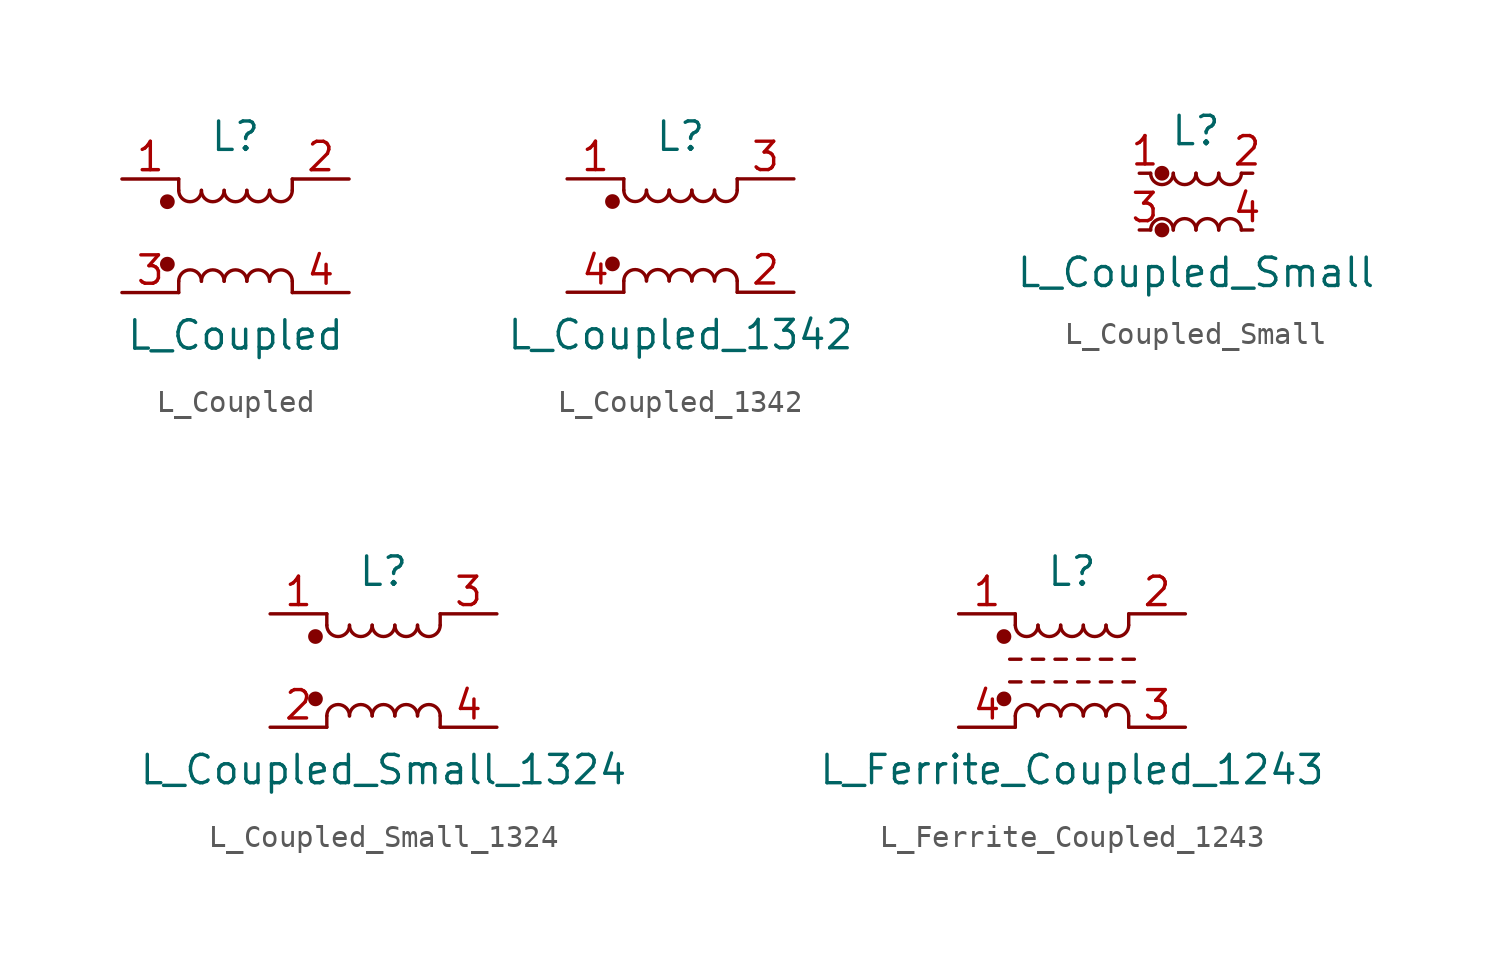
<source format=kicad_sym>
(kicad_symbol_lib
  (version 20211014)
  (generator kicad_symbol_editor)
  (symbol "L_Coupled"
    (pin_names
      (offset 0.254) hide)
    (property "Reference" "L"
      (at 0 4.445 0)
      (effects (font (size 1.27 1.27))))
    (property "Value" "L_Coupled"
      (at 0 -4.445 0)
      (effects (font (size 1.27 1.27))))
    (symbol "L_Coupled_0_1"
      (circle (center -3.048 -1.27) (radius 0.254) (stroke (width 0) (type default) (color 0 0 0 0)) (fill (type outline)))
      (circle (center -3.048 1.524) (radius 0.254) (stroke (width 0) (type default) (color 0 0 0 0)) (fill (type outline)))
      (arc (start -2.54 2.032) (mid -2.032 1.524) (end -1.524 2.032) (stroke (width 0) (type default) (color 0 0 0 0)) (fill (type none)))
      (arc (start -1.524 -2.032) (mid -2.032 -1.524) (end -2.54 -2.032) (stroke (width 0) (type default) (color 0 0 0 0)) (fill (type none)))
      (arc (start -1.524 2.032) (mid -1.016 1.524) (end -0.508 2.032) (stroke (width 0) (type default) (color 0 0 0 0)) (fill (type none)))
      (arc (start -0.508 -2.032) (mid -1.016 -1.524) (end -1.524 -2.032) (stroke (width 0) (type default) (color 0 0 0 0)) (fill (type none)))
      (arc (start -0.508 2.032) (mid 0 1.524) (end 0.508 2.032) (stroke (width 0) (type default) (color 0 0 0 0)) (fill (type none)))
      (polyline (pts (xy -2.54 -2.032) (xy -2.54 -2.54)) (stroke (width 0) (type default) (color 0 0 0 0)) (fill (type none)))
      (polyline (pts (xy -2.54 2.032) (xy -2.54 2.54)) (stroke (width 0) (type default) (color 0 0 0 0)) (fill (type none)))
      (polyline (pts (xy 2.54 -2.032) (xy 2.54 -2.54)) (stroke (width 0) (type default) (color 0 0 0 0)) (fill (type none)))
      (polyline (pts (xy 2.54 2.54) (xy 2.54 2.032)) (stroke (width 0) (type default) (color 0 0 0 0)) (fill (type none)))
      (arc (start 0.508 -2.032) (mid 0 -1.524) (end -0.508 -2.032) (stroke (width 0) (type default) (color 0 0 0 0)) (fill (type none)))
      (arc (start 0.508 2.032) (mid 1.016 1.524) (end 1.524 2.032) (stroke (width 0) (type default) (color 0 0 0 0)) (fill (type none)))
      (arc (start 1.524 -2.032) (mid 1.016 -1.524) (end 0.508 -2.032) (stroke (width 0) (type default) (color 0 0 0 0)) (fill (type none)))
      (arc (start 1.524 2.032) (mid 2.032 1.524) (end 2.54 2.032) (stroke (width 0) (type default) (color 0 0 0 0)) (fill (type none)))
      (arc (start 2.54 -2.032) (mid 2.032 -1.524) (end 1.524 -2.032) (stroke (width 0) (type default) (color 0 0 0 0)) (fill (type none))))
    (symbol "L_Coupled_1_1"
      (pin passive line (at -5.08 2.54 0) (length 2.54) (name "1" (effects (font (size 1.27 1.27)))) (number "1" (effects (font (size 1.27 1.27)))))
      (pin passive line (at 5.08 2.54 180) (length 2.54) (name "2" (effects (font (size 1.27 1.27)))) (number "2" (effects (font (size 1.27 1.27)))))
      (pin passive line (at -5.08 -2.54 0) (length 2.54) (name "3" (effects (font (size 1.27 1.27)))) (number "3" (effects (font (size 1.27 1.27)))))
      (pin passive line (at 5.08 -2.54 180) (length 2.54) (name "4" (effects (font (size 1.27 1.27)))) (number "4" (effects (font (size 1.27 1.27)))))))
  (symbol "L_Coupled_1342"
    (pin_names
      (offset 0.254) hide)
    (property "Reference" "L"
      (at 0 4.445 0)
      (effects (font (size 1.27 1.27))))
    (property "Value" "L_Coupled_1342"
      (at 0 -4.445 0)
      (effects (font (size 1.27 1.27))))
    (symbol "L_Coupled_1342_0_1"
      (circle (center -3.048 -1.27) (radius 0.254) (stroke (width 0) (type default) (color 0 0 0 0)) (fill (type outline)))
      (circle (center -3.048 1.524) (radius 0.254) (stroke (width 0) (type default) (color 0 0 0 0)) (fill (type outline)))
      (arc (start -2.54 2.032) (mid -2.032 1.524) (end -1.524 2.032) (stroke (width 0) (type default) (color 0 0 0 0)) (fill (type none)))
      (arc (start -1.524 -2.032) (mid -2.032 -1.524) (end -2.54 -2.032) (stroke (width 0) (type default) (color 0 0 0 0)) (fill (type none)))
      (arc (start -1.524 2.032) (mid -1.016 1.524) (end -0.508 2.032) (stroke (width 0) (type default) (color 0 0 0 0)) (fill (type none)))
      (arc (start -0.508 -2.032) (mid -1.016 -1.524) (end -1.524 -2.032) (stroke (width 0) (type default) (color 0 0 0 0)) (fill (type none)))
      (arc (start -0.508 2.032) (mid 0 1.524) (end 0.508 2.032) (stroke (width 0) (type default) (color 0 0 0 0)) (fill (type none)))
      (polyline (pts (xy -2.54 -2.032) (xy -2.54 -2.54)) (stroke (width 0) (type default) (color 0 0 0 0)) (fill (type none)))
      (polyline (pts (xy -2.54 2.032) (xy -2.54 2.54)) (stroke (width 0) (type default) (color 0 0 0 0)) (fill (type none)))
      (polyline (pts (xy 2.54 -2.032) (xy 2.54 -2.54)) (stroke (width 0) (type default) (color 0 0 0 0)) (fill (type none)))
      (polyline (pts (xy 2.54 2.54) (xy 2.54 2.032)) (stroke (width 0) (type default) (color 0 0 0 0)) (fill (type none)))
      (arc (start 0.508 -2.032) (mid 0 -1.524) (end -0.508 -2.032) (stroke (width 0) (type default) (color 0 0 0 0)) (fill (type none)))
      (arc (start 0.508 2.032) (mid 1.016 1.524) (end 1.524 2.032) (stroke (width 0) (type default) (color 0 0 0 0)) (fill (type none)))
      (arc (start 1.524 -2.032) (mid 1.016 -1.524) (end 0.508 -2.032) (stroke (width 0) (type default) (color 0 0 0 0)) (fill (type none)))
      (arc (start 1.524 2.032) (mid 2.032 1.524) (end 2.54 2.032) (stroke (width 0) (type default) (color 0 0 0 0)) (fill (type none)))
      (arc (start 2.54 -2.032) (mid 2.032 -1.524) (end 1.524 -2.032) (stroke (width 0) (type default) (color 0 0 0 0)) (fill (type none))))
    (symbol "L_Coupled_1342_1_1"
      (pin passive line (at -5.08 2.54 0) (length 2.54) (name "1" (effects (font (size 1.27 1.27)))) (number "1" (effects (font (size 1.27 1.27)))))
      (pin passive line (at 5.08 -2.54 180) (length 2.54) (name "2" (effects (font (size 1.27 1.27)))) (number "2" (effects (font (size 1.27 1.27)))))
      (pin passive line (at 5.08 2.54 180) (length 2.54) (name "3" (effects (font (size 1.27 1.27)))) (number "3" (effects (font (size 1.27 1.27)))))
      (pin passive line (at -5.08 -2.54 0) (length 2.54) (name "4" (effects (font (size 1.27 1.27)))) (number "4" (effects (font (size 1.27 1.27)))))))
  (symbol "L_Coupled_Small"
    (pin_names
      (offset 0.254) hide)
    (property "Reference" "L"
      (at 0 3.175 0)
      (effects (font (size 1.27 1.27))))
    (property "Value" "L_Coupled_Small"
      (at 0 -3.175 0)
      (effects (font (size 1.27 1.27))))
    (symbol "L_Coupled_Small_0_1"
      (arc (start -2.032 1.27) (mid -1.524 0.762) (end -1.016 1.27) (stroke (width 0) (type default) (color 0 0 0 0)) (fill (type none)))
      (circle (center -1.524 -1.27) (radius 0.254) (stroke (width 0) (type default) (color 0 0 0 0)) (fill (type outline)))
      (circle (center -1.524 1.27) (radius 0.254) (stroke (width 0) (type default) (color 0 0 0 0)) (fill (type outline)))
      (arc (start -1.016 -1.27) (mid -1.524 -0.762) (end -2.032 -1.27) (stroke (width 0) (type default) (color 0 0 0 0)) (fill (type none)))
      (arc (start -1.016 1.27) (mid -0.508 0.762) (end 0 1.27) (stroke (width 0) (type default) (color 0 0 0 0)) (fill (type none)))
      (arc (start 0 -1.27) (mid -0.508 -0.762) (end -1.016 -1.27) (stroke (width 0) (type default) (color 0 0 0 0)) (fill (type none)))
      (arc (start 0 1.27) (mid 0.508 0.762) (end 1.016 1.27) (stroke (width 0) (type default) (color 0 0 0 0)) (fill (type none)))
      (arc (start 1.016 -1.27) (mid 0.508 -0.762) (end 0 -1.27) (stroke (width 0) (type default) (color 0 0 0 0)) (fill (type none)))
      (arc (start 1.016 1.27) (mid 1.524 0.762) (end 2.032 1.27) (stroke (width 0) (type default) (color 0 0 0 0)) (fill (type none)))
      (arc (start 2.032 -1.27) (mid 1.524 -0.762) (end 1.016 -1.27) (stroke (width 0) (type default) (color 0 0 0 0)) (fill (type none))))
    (symbol "L_Coupled_Small_1_1"
      (pin passive line (at -2.54 1.27 0) (length 0.508) (name "1" (effects (font (size 1.27 1.27)))) (number "1" (effects (font (size 1.27 1.27)))))
      (pin passive line (at 2.54 1.27 180) (length 0.508) (name "2" (effects (font (size 1.27 1.27)))) (number "2" (effects (font (size 1.27 1.27)))))
      (pin passive line (at -2.54 -1.27 0) (length 0.508) (name "3" (effects (font (size 1.27 1.27)))) (number "3" (effects (font (size 1.27 1.27)))))
      (pin passive line (at 2.54 -1.27 180) (length 0.508) (name "4" (effects (font (size 1.27 1.27)))) (number "4" (effects (font (size 1.27 1.27)))))))
  (symbol "L_Coupled_Small_1324"
    (pin_names
      (offset 0.254) hide)
    (property "Reference" "L"
      (at 0 4.445 0)
      (effects (font (size 1.27 1.27))))
    (property "Value" "L_Coupled_Small_1324"
      (at 0 -4.445 0)
      (effects (font (size 1.27 1.27))))
    (symbol "L_Coupled_Small_1324_0_1"
      (circle (center -3.048 -1.27) (radius 0.254) (stroke (width 0) (type default) (color 0 0 0 0)) (fill (type outline)))
      (circle (center -3.048 1.524) (radius 0.254) (stroke (width 0) (type default) (color 0 0 0 0)) (fill (type outline)))
      (arc (start -2.54 2.032) (mid -2.032 1.524) (end -1.524 2.032) (stroke (width 0) (type default) (color 0 0 0 0)) (fill (type none)))
      (arc (start -1.524 -2.032) (mid -2.032 -1.524) (end -2.54 -2.032) (stroke (width 0) (type default) (color 0 0 0 0)) (fill (type none)))
      (arc (start -1.524 2.032) (mid -1.016 1.524) (end -0.508 2.032) (stroke (width 0) (type default) (color 0 0 0 0)) (fill (type none)))
      (arc (start -0.508 -2.032) (mid -1.016 -1.524) (end -1.524 -2.032) (stroke (width 0) (type default) (color 0 0 0 0)) (fill (type none)))
      (arc (start -0.508 2.032) (mid 0 1.524) (end 0.508 2.032) (stroke (width 0) (type default) (color 0 0 0 0)) (fill (type none)))
      (polyline (pts (xy -2.54 -2.032) (xy -2.54 -2.54)) (stroke (width 0) (type default) (color 0 0 0 0)) (fill (type none)))
      (polyline (pts (xy -2.54 2.032) (xy -2.54 2.54)) (stroke (width 0) (type default) (color 0 0 0 0)) (fill (type none)))
      (polyline (pts (xy 2.54 -2.032) (xy 2.54 -2.54)) (stroke (width 0) (type default) (color 0 0 0 0)) (fill (type none)))
      (polyline (pts (xy 2.54 2.54) (xy 2.54 2.032)) (stroke (width 0) (type default) (color 0 0 0 0)) (fill (type none)))
      (arc (start 0.508 -2.032) (mid 0 -1.524) (end -0.508 -2.032) (stroke (width 0) (type default) (color 0 0 0 0)) (fill (type none)))
      (arc (start 0.508 2.032) (mid 1.016 1.524) (end 1.524 2.032) (stroke (width 0) (type default) (color 0 0 0 0)) (fill (type none)))
      (arc (start 1.524 -2.032) (mid 1.016 -1.524) (end 0.508 -2.032) (stroke (width 0) (type default) (color 0 0 0 0)) (fill (type none)))
      (arc (start 1.524 2.032) (mid 2.032 1.524) (end 2.54 2.032) (stroke (width 0) (type default) (color 0 0 0 0)) (fill (type none)))
      (arc (start 2.54 -2.032) (mid 2.032 -1.524) (end 1.524 -2.032) (stroke (width 0) (type default) (color 0 0 0 0)) (fill (type none))))
    (symbol "L_Coupled_Small_1324_1_1"
      (pin passive line (at -5.08 2.54 0) (length 2.54) (name "1" (effects (font (size 1.27 1.27)))) (number "1" (effects (font (size 1.27 1.27)))))
      (pin passive line (at -5.08 -2.54 0) (length 2.54) (name "2" (effects (font (size 1.27 1.27)))) (number "2" (effects (font (size 1.27 1.27)))))
      (pin passive line (at 5.08 2.54 180) (length 2.54) (name "3" (effects (font (size 1.27 1.27)))) (number "3" (effects (font (size 1.27 1.27)))))
      (pin passive line (at 5.08 -2.54 180) (length 2.54) (name "4" (effects (font (size 1.27 1.27)))) (number "4" (effects (font (size 1.27 1.27)))))))
  (symbol "L_Ferrite_Coupled_1243"
    (pin_names
      (offset 0.254) hide)
    (property "Reference" "L"
      (at 0 4.445 0)
      (effects (font (size 1.27 1.27))))
    (property "Value" "L_Ferrite_Coupled_1243"
      (at 0 -4.445 0)
      (effects (font (size 1.27 1.27))))
    (symbol "L_Ferrite_Coupled_1243_0_1"
      (circle (center -3.048 -1.27) (radius 0.254) (stroke (width 0) (type default) (color 0 0 0 0)) (fill (type outline)))
      (circle (center -3.048 1.524) (radius 0.254) (stroke (width 0) (type default) (color 0 0 0 0)) (fill (type outline)))
      (arc (start -2.54 2.032) (mid -2.032 1.524) (end -1.524 2.032) (stroke (width 0) (type default) (color 0 0 0 0)) (fill (type none)))
      (arc (start -1.524 -2.032) (mid -2.032 -1.524) (end -2.54 -2.032) (stroke (width 0) (type default) (color 0 0 0 0)) (fill (type none)))
      (arc (start -1.524 2.032) (mid -1.016 1.524) (end -0.508 2.032) (stroke (width 0) (type default) (color 0 0 0 0)) (fill (type none)))
      (arc (start -0.508 -2.032) (mid -1.016 -1.524) (end -1.524 -2.032) (stroke (width 0) (type default) (color 0 0 0 0)) (fill (type none)))
      (arc (start -0.508 2.032) (mid 0 1.524) (end 0.508 2.032) (stroke (width 0) (type default) (color 0 0 0 0)) (fill (type none)))
      (polyline (pts (xy -2.794 -0.508) (xy -2.286 -0.508)) (stroke (width 0) (type default) (color 0 0 0 0)) (fill (type none)))
      (polyline (pts (xy -2.794 0.508) (xy -2.286 0.508)) (stroke (width 0) (type default) (color 0 0 0 0)) (fill (type none)))
      (polyline (pts (xy -2.54 -2.032) (xy -2.54 -2.54)) (stroke (width 0) (type default) (color 0 0 0 0)) (fill (type none)))
      (polyline (pts (xy -2.54 2.032) (xy -2.54 2.54)) (stroke (width 0) (type default) (color 0 0 0 0)) (fill (type none)))
      (polyline (pts (xy -1.778 -0.508) (xy -1.27 -0.508)) (stroke (width 0) (type default) (color 0 0 0 0)) (fill (type none)))
      (polyline (pts (xy -1.778 0.508) (xy -1.27 0.508)) (stroke (width 0) (type default) (color 0 0 0 0)) (fill (type none)))
      (polyline (pts (xy -0.762 -0.508) (xy -0.254 -0.508)) (stroke (width 0) (type default) (color 0 0 0 0)) (fill (type none)))
      (polyline (pts (xy -0.762 0.508) (xy -0.254 0.508)) (stroke (width 0) (type default) (color 0 0 0 0)) (fill (type none)))
      (polyline (pts (xy 0.254 -0.508) (xy 0.762 -0.508)) (stroke (width 0) (type default) (color 0 0 0 0)) (fill (type none)))
      (polyline (pts (xy 0.254 0.508) (xy 0.762 0.508)) (stroke (width 0) (type default) (color 0 0 0 0)) (fill (type none)))
      (polyline (pts (xy 1.27 -0.508) (xy 1.778 -0.508)) (stroke (width 0) (type default) (color 0 0 0 0)) (fill (type none)))
      (polyline (pts (xy 1.27 0.508) (xy 1.778 0.508)) (stroke (width 0) (type default) (color 0 0 0 0)) (fill (type none)))
      (polyline (pts (xy 2.286 -0.508) (xy 2.794 -0.508)) (stroke (width 0) (type default) (color 0 0 0 0)) (fill (type none)))
      (polyline (pts (xy 2.286 0.508) (xy 2.794 0.508)) (stroke (width 0) (type default) (color 0 0 0 0)) (fill (type none)))
      (polyline (pts (xy 2.54 -2.032) (xy 2.54 -2.54)) (stroke (width 0) (type default) (color 0 0 0 0)) (fill (type none)))
      (polyline (pts (xy 2.54 2.54) (xy 2.54 2.032)) (stroke (width 0) (type default) (color 0 0 0 0)) (fill (type none)))
      (arc (start 0.508 -2.032) (mid 0 -1.524) (end -0.508 -2.032) (stroke (width 0) (type default) (color 0 0 0 0)) (fill (type none)))
      (arc (start 0.508 2.032) (mid 1.016 1.524) (end 1.524 2.032) (stroke (width 0) (type default) (color 0 0 0 0)) (fill (type none)))
      (arc (start 1.524 -2.032) (mid 1.016 -1.524) (end 0.508 -2.032) (stroke (width 0) (type default) (color 0 0 0 0)) (fill (type none)))
      (arc (start 1.524 2.032) (mid 2.032 1.524) (end 2.54 2.032) (stroke (width 0) (type default) (color 0 0 0 0)) (fill (type none)))
      (arc (start 2.54 -2.032) (mid 2.032 -1.524) (end 1.524 -2.032) (stroke (width 0) (type default) (color 0 0 0 0)) (fill (type none))))
    (symbol "L_Ferrite_Coupled_1243_1_1"
      (pin passive line (at -5.08 2.54 0) (length 2.54) (name "1" (effects (font (size 1.27 1.27)))) (number "1" (effects (font (size 1.27 1.27)))))
      (pin passive line (at 5.08 2.54 180) (length 2.54) (name "2" (effects (font (size 1.27 1.27)))) (number "2" (effects (font (size 1.27 1.27)))))
      (pin passive line (at 5.08 -2.54 180) (length 2.54) (name "3" (effects (font (size 1.27 1.27)))) (number "3" (effects (font (size 1.27 1.27)))))
      (pin passive line (at -5.08 -2.54 0) (length 2.54) (name "4" (effects (font (size 1.27 1.27)))) (number "4" (effects (font (size 1.27 1.27))))))))
</source>
